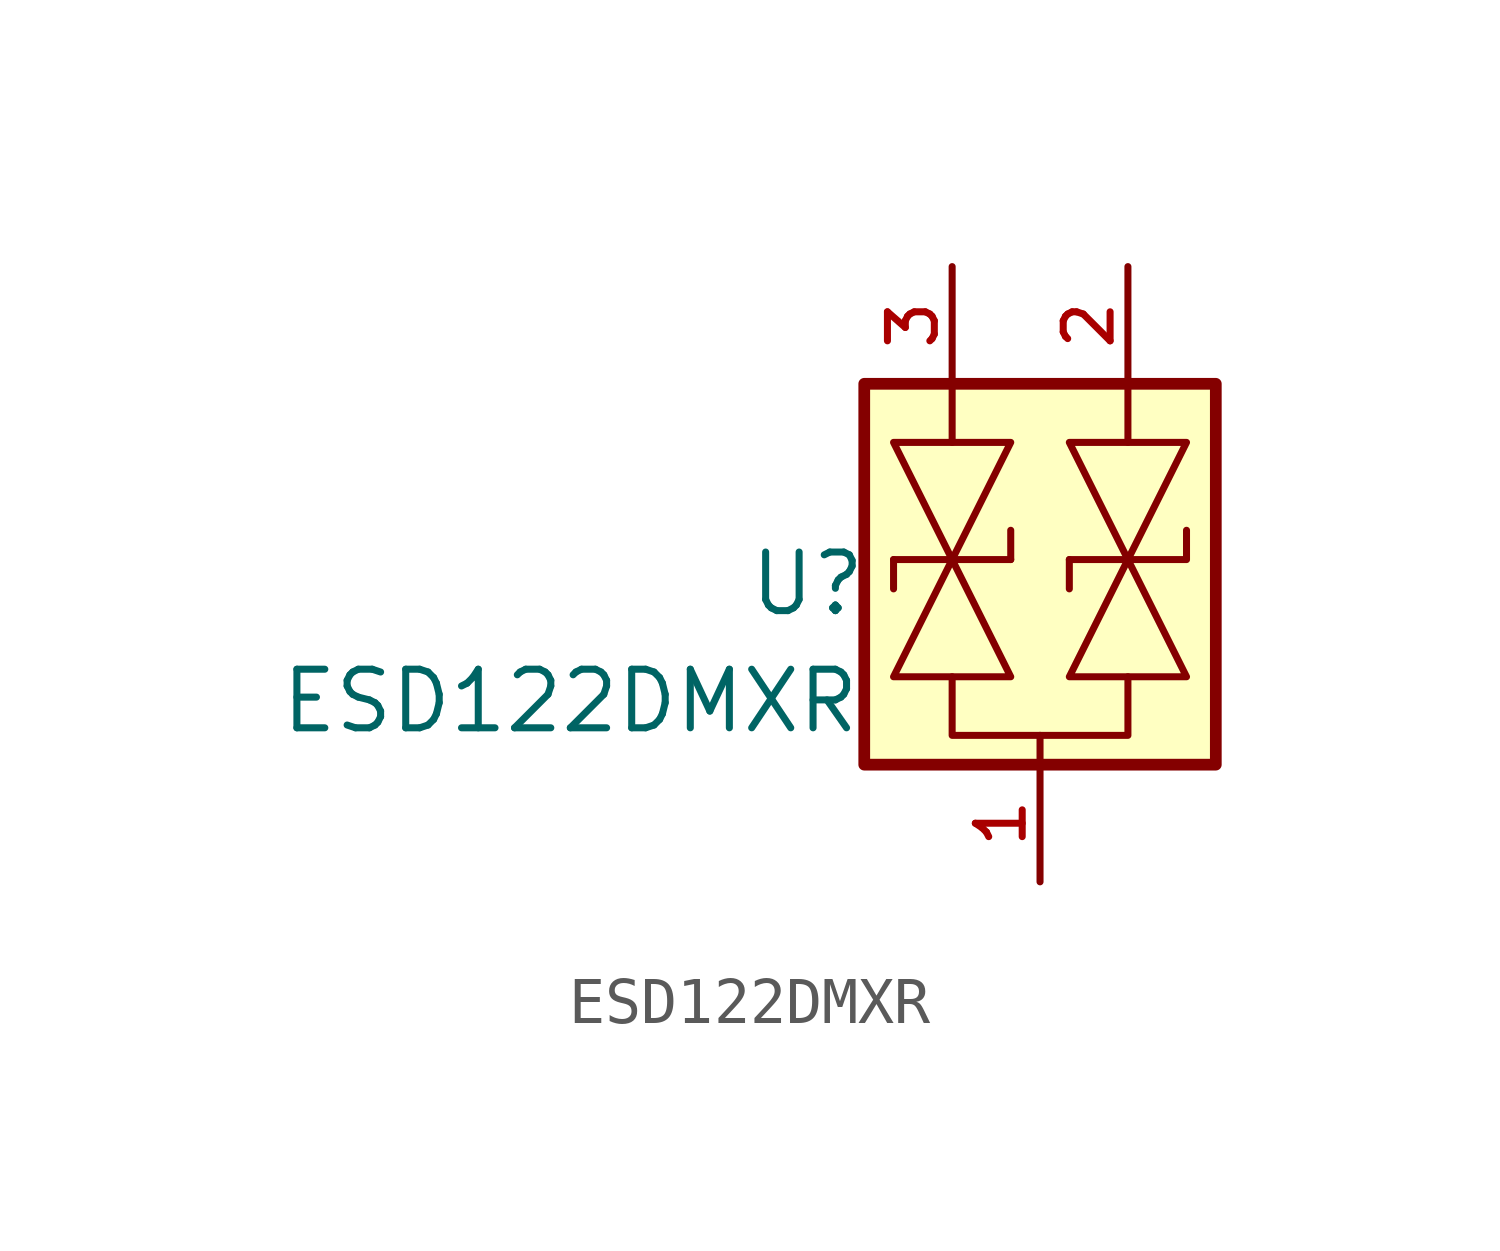
<source format=kicad_sym>
(kicad_symbol_lib
  (version 20220914)
  (generator kicad_symbol_editor)
  (symbol "ESD122DMXR"
    (pin_names
      (offset 1.016))
    (property "Reference" "U"
      (at -6.35 0 0)
      (effects (font (size 1.27 1.27)) (justify left bottom)))
    (property "Value" "ESD122DMXR"
      (at -16.51 -2.54 0)
      (effects (font (size 1.27 1.27)) (justify left bottom)))
    (symbol "ESD122DMXR_0_0"
      (rectangle (start -3.81 5.08) (end 3.81 -3.175) (stroke (width 0.254) (type default)) (fill (type background))))
    (symbol "ESD122DMXR_0_1"
      (polyline (pts (xy -3.175 1.27) (xy -3.175 0.635)) (stroke (width 0) (type default)) (fill (type none)))
      (polyline (pts (xy -1.905 1.27) (xy -3.175 1.27)) (stroke (width 0) (type default)) (fill (type none)))
      (polyline (pts (xy -1.905 1.27) (xy -0.635 1.27)) (stroke (width 0) (type default)) (fill (type none)))
      (polyline (pts (xy -1.905 3.81) (xy -1.905 5.08)) (stroke (width 0) (type default)) (fill (type none)))
      (polyline (pts (xy -0.635 1.27) (xy -0.635 1.905)) (stroke (width 0) (type default)) (fill (type none)))
      (polyline (pts (xy 0.635 1.27) (xy 0.635 0.635)) (stroke (width 0) (type default)) (fill (type none)))
      (polyline (pts (xy 1.905 1.27) (xy 0.635 1.27)) (stroke (width 0) (type default)) (fill (type none)))
      (polyline (pts (xy 1.905 3.81) (xy 1.905 5.08)) (stroke (width 0) (type default)) (fill (type none)))
      (polyline (pts (xy -1.905 -1.27) (xy -1.905 -2.54) (xy 0 -2.54)) (stroke (width 0) (type default)) (fill (type none)))
      (polyline (pts (xy 1.905 1.27) (xy 3.175 1.27) (xy 3.175 1.905)) (stroke (width 0) (type default)) (fill (type none)))
      (polyline (pts (xy -1.905 1.27) (xy -3.175 -1.27) (xy -0.635 -1.27) (xy -1.905 1.27)) (stroke (width 0) (type default)) (fill (type none)))
      (polyline (pts (xy -1.905 1.27) (xy -0.635 3.81) (xy -3.175 3.81) (xy -1.905 1.27)) (stroke (width 0) (type default)) (fill (type none)))
      (polyline (pts (xy 1.905 -1.27) (xy 1.905 -2.54) (xy 0 -2.54) (xy 0 -3.175)) (stroke (width 0) (type default)) (fill (type none)))
      (polyline (pts (xy 1.905 1.27) (xy 0.635 -1.27) (xy 3.175 -1.27) (xy 1.905 1.27)) (stroke (width 0) (type default)) (fill (type none)))
      (polyline (pts (xy 1.905 1.27) (xy 3.175 3.81) (xy 0.635 3.81) (xy 1.905 1.27)) (stroke (width 0) (type default)) (fill (type none))))
    (symbol "ESD122DMXR_1_0"
      (pin power_in line (at 0 -5.715 90) (length 2.54) (name "" (effects (font (size 1.016 1.016)))) (number "1" (effects (font (size 1.016 1.016)))))
      (pin bidirectional line (at 1.905 7.62 270) (length 2.54) (name "" (effects (font (size 1.016 1.016)))) (number "2" (effects (font (size 1.016 1.016)))))
      (pin bidirectional line (at -1.905 7.62 270) (length 2.54) (name "" (effects (font (size 1.016 1.016)))) (number "3" (effects (font (size 1.016 1.016))))))))
</source>
